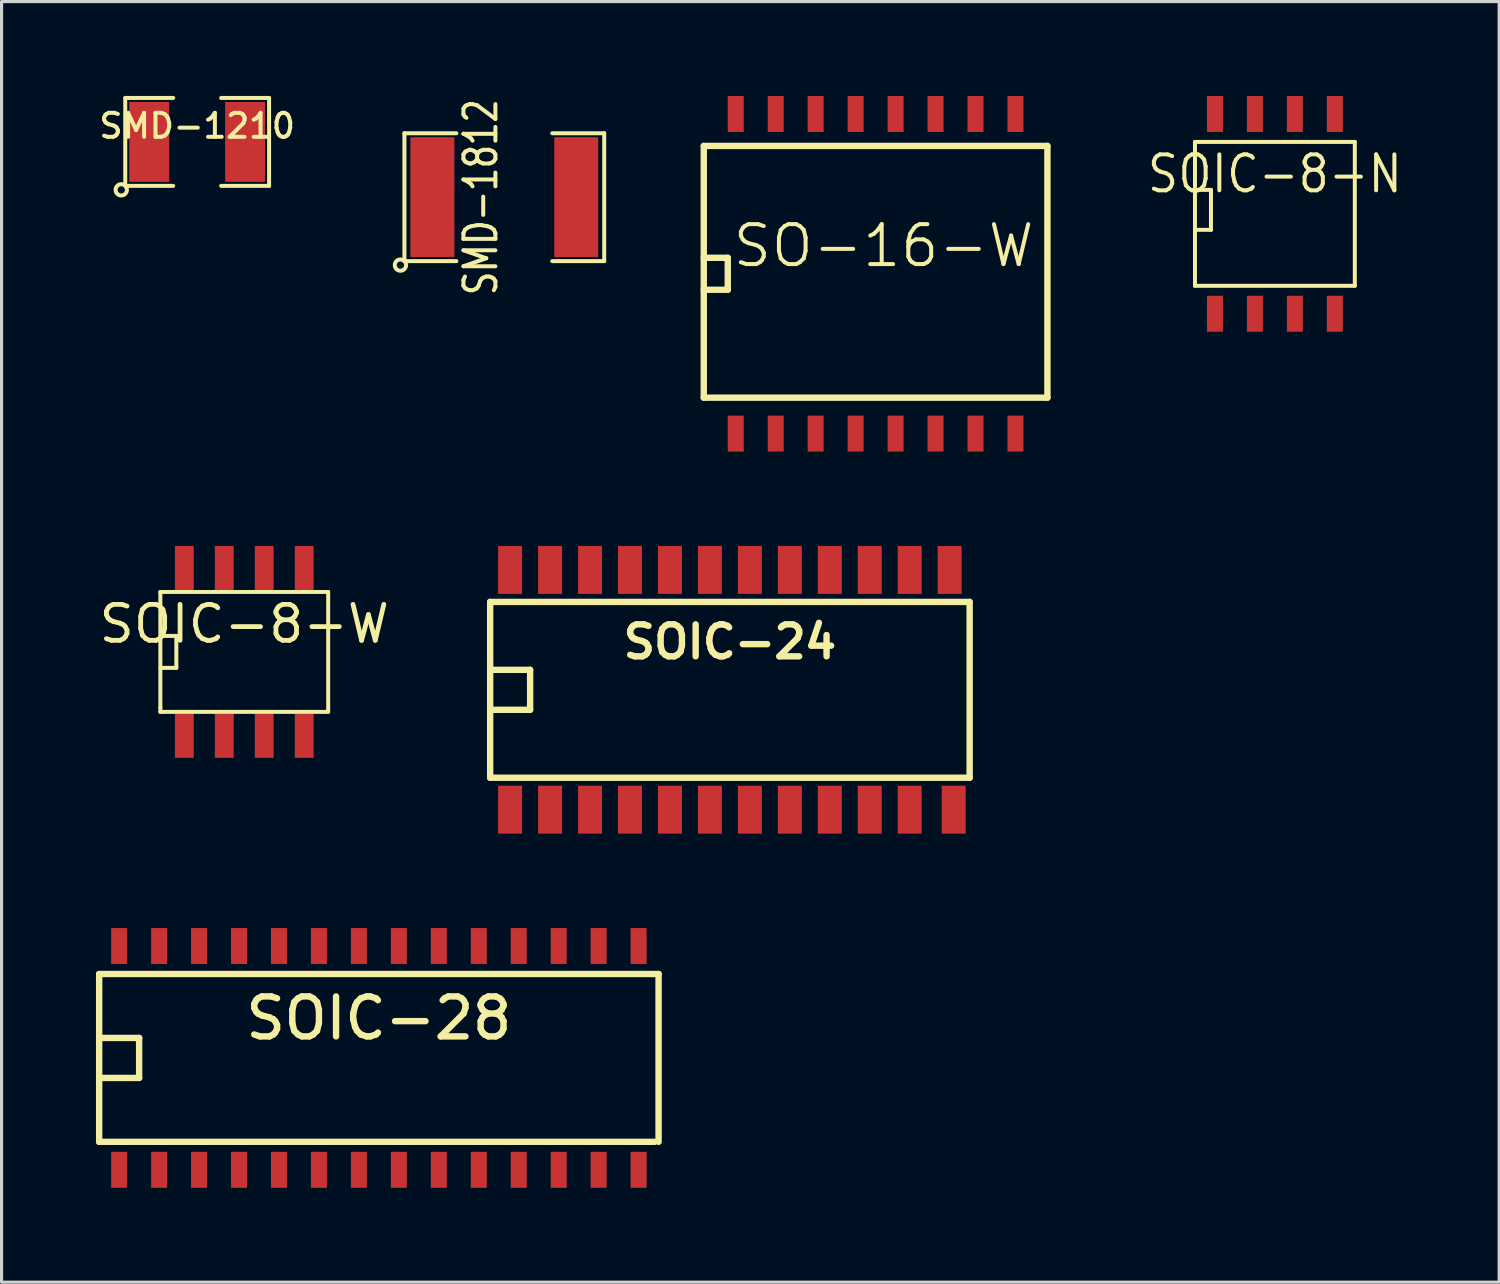
<source format=kicad_pcb>
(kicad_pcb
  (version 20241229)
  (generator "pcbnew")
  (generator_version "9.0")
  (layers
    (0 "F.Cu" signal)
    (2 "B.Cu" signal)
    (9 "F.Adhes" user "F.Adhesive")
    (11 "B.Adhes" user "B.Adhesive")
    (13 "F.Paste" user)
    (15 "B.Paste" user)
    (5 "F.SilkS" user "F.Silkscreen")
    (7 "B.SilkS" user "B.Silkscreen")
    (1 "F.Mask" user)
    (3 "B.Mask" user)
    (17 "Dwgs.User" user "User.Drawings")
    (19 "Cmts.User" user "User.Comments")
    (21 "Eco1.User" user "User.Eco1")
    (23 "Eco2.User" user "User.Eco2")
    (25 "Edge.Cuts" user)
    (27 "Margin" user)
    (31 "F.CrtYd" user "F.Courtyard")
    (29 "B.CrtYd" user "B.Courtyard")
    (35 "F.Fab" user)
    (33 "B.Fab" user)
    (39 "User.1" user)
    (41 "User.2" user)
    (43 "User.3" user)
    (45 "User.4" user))
  (footprint "SMD-1210"
    (layer "F.Cu")
    (at 3.217 1.46)
    (property "Reference" "SMD-1210" (at 0 -0.508 0) (layer "F.SilkS") (effects (font (size 0.762 0.762) (thickness 0.127))))
    (attr smd)
    (fp_line (start -2.286 -1.397) (end -2.286 1.397) (stroke (width 0.127) (type solid)) (layer "F.SilkS"))
    (fp_line (start -2.286 1.397) (end -0.762 1.397) (stroke (width 0.127) (type solid)) (layer "F.SilkS"))
    (fp_line (start -0.762 -1.397) (end -2.286 -1.397) (stroke (width 0.127) (type solid)) (layer "F.SilkS"))
    (fp_line (start 0.762 1.397) (end 2.286 1.397) (stroke (width 0.127) (type solid)) (layer "F.SilkS"))
    (fp_line (start 2.286 -1.397) (end 0.762 -1.397) (stroke (width 0.127) (type solid)) (layer "F.SilkS"))
    (fp_line (start 2.286 1.397) (end 2.286 -1.397) (stroke (width 0.127) (type solid)) (layer "F.SilkS"))
    (fp_circle (center -2.413 1.524) (end -2.286 1.397) (stroke (width 0.127) (type solid)) (fill no) (layer "F.SilkS"))
    (pad "1" smd rect (at -1.524 0) (size 1.27 2.54) (layers "F.Cu" "F.Mask" "F.Paste"))
    (pad "2" smd rect (at 1.524 0) (size 1.27 2.54) (layers "F.Cu" "F.Mask" "F.Paste")))
  (footprint "SOIC-28"
    (layer "F.Cu")
    (at 8.992 30.575)
    (property "Reference" "SOIC-28" (at 0 -1.262 0) (layer "F.SilkS") (effects (font (size 1.27 1.27) (thickness 0.203))))
    (attr smd)
    (fp_line (start -8.89 -2.667) (end -8.89 2.667) (stroke (width 0.203) (type solid)) (layer "F.SilkS"))
    (fp_line (start -8.89 -2.667) (end 8.89 -2.667) (stroke (width 0.203) (type solid)) (layer "F.SilkS"))
    (fp_line (start -8.89 -0.635) (end -7.62 -0.635) (stroke (width 0.203) (type solid)) (layer "F.SilkS"))
    (fp_line (start -7.62 -0.635) (end -7.62 0.635) (stroke (width 0.203) (type solid)) (layer "F.SilkS"))
    (fp_line (start -7.62 0.635) (end -8.89 0.635) (stroke (width 0.203) (type solid)) (layer "F.SilkS"))
    (fp_line (start 8.763 2.667) (end -8.89 2.667) (stroke (width 0.203) (type solid)) (layer "F.SilkS"))
    (fp_line (start 8.89 2.667) (end 8.89 -2.667) (stroke (width 0.203) (type solid)) (layer "F.SilkS"))
    (pad "1" smd rect (at -8.255 3.556) (size 0.508 1.143) (layers "F.Cu" "F.Mask" "F.Paste"))
    (pad "2" smd rect (at -6.985 3.556) (size 0.508 1.143) (layers "F.Cu" "F.Mask" "F.Paste"))
    (pad "3" smd rect (at -5.715 3.556) (size 0.508 1.143) (layers "F.Cu" "F.Mask" "F.Paste"))
    (pad "4" smd rect (at -4.445 3.556) (size 0.508 1.143) (layers "F.Cu" "F.Mask" "F.Paste"))
    (pad "5" smd rect (at -3.175 3.556) (size 0.508 1.143) (layers "F.Cu" "F.Mask" "F.Paste"))
    (pad "6" smd rect (at -1.905 3.556) (size 0.508 1.143) (layers "F.Cu" "F.Mask" "F.Paste"))
    (pad "7" smd rect (at -0.635 3.556) (size 0.508 1.143) (layers "F.Cu" "F.Mask" "F.Paste"))
    (pad "8" smd rect (at 0.635 3.556) (size 0.508 1.143) (layers "F.Cu" "F.Mask" "F.Paste"))
    (pad "9" smd rect (at 1.905 3.556) (size 0.508 1.143) (layers "F.Cu" "F.Mask" "F.Paste"))
    (pad "10" smd rect (at 3.175 3.556) (size 0.508 1.143) (layers "F.Cu" "F.Mask" "F.Paste"))
    (pad "11" smd rect (at 4.445 3.556) (size 0.508 1.143) (layers "F.Cu" "F.Mask" "F.Paste"))
    (pad "12" smd rect (at 5.715 3.556) (size 0.508 1.143) (layers "F.Cu" "F.Mask" "F.Paste"))
    (pad "13" smd rect (at 6.985 3.556) (size 0.508 1.143) (layers "F.Cu" "F.Mask" "F.Paste"))
    (pad "14" smd rect (at 8.255 3.556) (size 0.508 1.143) (layers "F.Cu" "F.Mask" "F.Paste"))
    (pad "15" smd rect (at 8.255 -3.556) (size 0.508 1.143) (layers "F.Cu" "F.Mask" "F.Paste"))
    (pad "16" smd rect (at 6.985 -3.556) (size 0.508 1.143) (layers "F.Cu" "F.Mask" "F.Paste"))
    (pad "17" smd rect (at 5.715 -3.556) (size 0.508 1.143) (layers "F.Cu" "F.Mask" "F.Paste"))
    (pad "18" smd rect (at 4.445 -3.556) (size 0.508 1.143) (layers "F.Cu" "F.Mask" "F.Paste"))
    (pad "19" smd rect (at 3.175 -3.556) (size 0.508 1.143) (layers "F.Cu" "F.Mask" "F.Paste"))
    (pad "20" smd rect (at 1.905 -3.556) (size 0.508 1.143) (layers "F.Cu" "F.Mask" "F.Paste"))
    (pad "21" smd rect (at 0.635 -3.556) (size 0.508 1.143) (layers "F.Cu" "F.Mask" "F.Paste"))
    (pad "22" smd rect (at -0.635 -3.556) (size 0.508 1.143) (layers "F.Cu" "F.Mask" "F.Paste"))
    (pad "23" smd rect (at -1.905 -3.556) (size 0.508 1.143) (layers "F.Cu" "F.Mask" "F.Paste"))
    (pad "24" smd rect (at -3.175 -3.556) (size 0.508 1.143) (layers "F.Cu" "F.Mask" "F.Paste"))
    (pad "25" smd rect (at -4.445 -3.556) (size 0.508 1.143) (layers "F.Cu" "F.Mask" "F.Paste"))
    (pad "26" smd rect (at -5.715 -3.556) (size 0.508 1.143) (layers "F.Cu" "F.Mask" "F.Paste"))
    (pad "27" smd rect (at -6.985 -3.556) (size 0.508 1.143) (layers "F.Cu" "F.Mask" "F.Paste"))
    (pad "28" smd rect (at -8.255 -3.556) (size 0.508 1.143) (layers "F.Cu" "F.Mask" "F.Paste")))
  (footprint "SOIC-8-N"
    (layer "F.Cu")
    (at 37.471 3.747)
    (property "Reference" "SOIC-8-N" (at 0 -1.27 0) (layer "F.SilkS") (effects (font (size 1.143 1.016) (thickness 0.127))))
    (attr smd)
    (fp_line (start -2.54 -2.286) (end 2.54 -2.286) (stroke (width 0.127) (type solid)) (layer "F.SilkS"))
    (fp_line (start -2.54 -0.762) (end -2.032 -0.762) (stroke (width 0.127) (type solid)) (layer "F.SilkS"))
    (fp_line (start -2.54 2.286) (end -2.54 -2.286) (stroke (width 0.127) (type solid)) (layer "F.SilkS"))
    (fp_line (start -2.032 -0.762) (end -2.032 0.508) (stroke (width 0.127) (type solid)) (layer "F.SilkS"))
    (fp_line (start -2.032 0.508) (end -2.54 0.508) (stroke (width 0.127) (type solid)) (layer "F.SilkS"))
    (fp_line (start 2.54 -2.286) (end 2.54 2.286) (stroke (width 0.127) (type solid)) (layer "F.SilkS"))
    (fp_line (start 2.54 2.286) (end -2.54 2.286) (stroke (width 0.127) (type solid)) (layer "F.SilkS"))
    (pad "1" smd rect (at -1.905 3.175) (size 0.508 1.143) (layers "F.Cu" "F.Mask" "F.Paste"))
    (pad "2" smd rect (at -0.635 3.175) (size 0.508 1.143) (layers "F.Cu" "F.Mask" "F.Paste"))
    (pad "3" smd rect (at 0.635 3.175) (size 0.508 1.143) (layers "F.Cu" "F.Mask" "F.Paste"))
    (pad "4" smd rect (at 1.905 3.175) (size 0.508 1.143) (layers "F.Cu" "F.Mask" "F.Paste"))
    (pad "5" smd rect (at 1.905 -3.175) (size 0.508 1.143) (layers "F.Cu" "F.Mask" "F.Paste"))
    (pad "6" smd rect (at 0.635 -3.175) (size 0.508 1.143) (layers "F.Cu" "F.Mask" "F.Paste"))
    (pad "7" smd rect (at -0.635 -3.175) (size 0.508 1.143) (layers "F.Cu" "F.Mask" "F.Paste"))
    (pad "8" smd rect (at -1.905 -3.175) (size 0.508 1.143) (layers "F.Cu" "F.Mask" "F.Paste")))
  (footprint "SMD-1812"
    (layer "F.Cu")
    (at 12.979 3.217)
    (property "Reference" "SMD-1812" (at -0.747 0 90) (layer "F.SilkS") (effects (font (size 1.016 0.762) (thickness 0.127))))
    (attr smd)
    (fp_line (start -3.175 -2.032) (end -3.175 2.032) (stroke (width 0.127) (type solid)) (layer "F.SilkS"))
    (fp_line (start -3.175 2.032) (end -1.524 2.032) (stroke (width 0.127) (type solid)) (layer "F.SilkS"))
    (fp_line (start -1.524 -2.032) (end -3.175 -2.032) (stroke (width 0.127) (type solid)) (layer "F.SilkS"))
    (fp_line (start 1.524 2.032) (end 3.175 2.032) (stroke (width 0.127) (type solid)) (layer "F.SilkS"))
    (fp_line (start 3.175 -2.032) (end 1.524 -2.032) (stroke (width 0.127) (type solid)) (layer "F.SilkS"))
    (fp_line (start 3.175 2.032) (end 3.175 -2.032) (stroke (width 0.127) (type solid)) (layer "F.SilkS"))
    (fp_circle (center -3.302 2.159) (end -3.175 2.032) (stroke (width 0.127) (type solid)) (fill no) (layer "F.SilkS"))
    (pad "1" smd rect (at -2.286 0) (size 1.397 3.81) (layers "F.Cu" "F.Mask" "F.Paste"))
    (pad "2" smd rect (at 2.286 0) (size 1.397 3.81) (layers "F.Cu" "F.Mask" "F.Paste")))
  (footprint "SO-16-W"
    (layer "F.Cu")
    (at 24.78 5.652)
    (property "Reference" "SO-16-W" (at 0.254 -0.889 0) (layer "F.SilkS") (effects (font (size 1.27 1.27) (thickness 0.127))))
    (attr smd)
    (fp_line (start -5.461 -4.064) (end 5.461 -4.064) (stroke (width 0.203) (type solid)) (layer "F.SilkS"))
    (fp_line (start -5.461 -0.508) (end -4.699 -0.508) (stroke (width 0.203) (type solid)) (layer "F.SilkS"))
    (fp_line (start -5.461 3.937) (end -5.461 -4.064) (stroke (width 0.203) (type solid)) (layer "F.SilkS"))
    (fp_line (start -4.699 -0.508) (end -4.699 0.508) (stroke (width 0.203) (type solid)) (layer "F.SilkS"))
    (fp_line (start -4.699 0.508) (end -5.461 0.508) (stroke (width 0.203) (type solid)) (layer "F.SilkS"))
    (fp_line (start 5.461 -4.064) (end 5.461 3.937) (stroke (width 0.203) (type solid)) (layer "F.SilkS"))
    (fp_line (start 5.461 3.937) (end -5.461 3.937) (stroke (width 0.203) (type solid)) (layer "F.SilkS"))
    (pad "1" smd rect (at -4.445 5.08) (size 0.508 1.143) (layers "F.Cu" "F.Mask" "F.Paste"))
    (pad "2" smd rect (at -3.175 5.08) (size 0.508 1.143) (layers "F.Cu" "F.Mask" "F.Paste"))
    (pad "3" smd rect (at -1.905 5.08) (size 0.508 1.143) (layers "F.Cu" "F.Mask" "F.Paste"))
    (pad "4" smd rect (at -0.635 5.08) (size 0.508 1.143) (layers "F.Cu" "F.Mask" "F.Paste"))
    (pad "5" smd rect (at 0.635 5.08) (size 0.508 1.143) (layers "F.Cu" "F.Mask" "F.Paste"))
    (pad "6" smd rect (at 1.905 5.08) (size 0.508 1.143) (layers "F.Cu" "F.Mask" "F.Paste"))
    (pad "7" smd rect (at 3.175 5.08) (size 0.508 1.143) (layers "F.Cu" "F.Mask" "F.Paste"))
    (pad "8" smd rect (at 4.445 5.08) (size 0.508 1.143) (layers "F.Cu" "F.Mask" "F.Paste"))
    (pad "9" smd rect (at 4.445 -5.08) (size 0.508 1.143) (layers "F.Cu" "F.Mask" "F.Paste"))
    (pad "10" smd rect (at 3.175 -5.08) (size 0.508 1.143) (layers "F.Cu" "F.Mask" "F.Paste"))
    (pad "11" smd rect (at 1.905 -5.08) (size 0.508 1.143) (layers "F.Cu" "F.Mask" "F.Paste"))
    (pad "12" smd rect (at 0.635 -5.08) (size 0.508 1.143) (layers "F.Cu" "F.Mask" "F.Paste"))
    (pad "13" smd rect (at -0.635 -5.08) (size 0.508 1.143) (layers "F.Cu" "F.Mask" "F.Paste"))
    (pad "14" smd rect (at -1.905 -5.08) (size 0.508 1.143) (layers "F.Cu" "F.Mask" "F.Paste"))
    (pad "15" smd rect (at -3.175 -5.08) (size 0.508 1.143) (layers "F.Cu" "F.Mask" "F.Paste"))
    (pad "16" smd rect (at -4.445 -5.08) (size 0.508 1.143) (layers "F.Cu" "F.Mask" "F.Paste")))
  (footprint "SOIC-8-W"
    (layer "F.Cu")
    (at 4.714 17.67)
    (property "Reference" "SOIC-8-W" (at 0 -0.889 0) (layer "F.SilkS") (effects (font (size 1.143 1.143) (thickness 0.152))))
    (attr smd)
    (fp_line (start -2.667 -1.905) (end -2.667 1.778) (stroke (width 0.127) (type solid)) (layer "F.SilkS"))
    (fp_line (start -2.667 -0.508) (end -2.159 -0.508) (stroke (width 0.127) (type solid)) (layer "F.SilkS"))
    (fp_line (start -2.667 1.778) (end -2.667 1.905) (stroke (width 0.127) (type solid)) (layer "F.SilkS"))
    (fp_line (start -2.667 1.905) (end 2.667 1.905) (stroke (width 0.127) (type solid)) (layer "F.SilkS"))
    (fp_line (start -2.159 -0.508) (end -2.159 0.508) (stroke (width 0.127) (type solid)) (layer "F.SilkS"))
    (fp_line (start -2.159 0.508) (end -2.667 0.508) (stroke (width 0.127) (type solid)) (layer "F.SilkS"))
    (fp_line (start 2.667 -1.905) (end -2.667 -1.905) (stroke (width 0.127) (type solid)) (layer "F.SilkS"))
    (fp_line (start 2.667 -1.905) (end 2.667 1.905) (stroke (width 0.127) (type solid)) (layer "F.SilkS"))
    (pad "1" smd rect (at -1.905 2.667) (size 0.599 1.4) (layers "F.Cu" "F.Mask" "F.Paste"))
    (pad "2" smd rect (at -0.635 2.667) (size 0.599 1.4) (layers "F.Cu" "F.Mask" "F.Paste"))
    (pad "3" smd rect (at 0.635 2.667) (size 0.599 1.4) (layers "F.Cu" "F.Mask" "F.Paste"))
    (pad "4" smd rect (at 1.905 2.667) (size 0.599 1.4) (layers "F.Cu" "F.Mask" "F.Paste"))
    (pad "5" smd rect (at 1.905 -2.667) (size 0.599 1.4) (layers "F.Cu" "F.Mask" "F.Paste"))
    (pad "6" smd rect (at 0.635 -2.667) (size 0.599 1.4) (layers "F.Cu" "F.Mask" "F.Paste"))
    (pad "7" smd rect (at -0.635 -2.667) (size 0.599 1.4) (layers "F.Cu" "F.Mask" "F.Paste"))
    (pad "8" smd rect (at -1.905 -2.667) (size 0.599 1.4) (layers "F.Cu" "F.Mask" "F.Paste")))
  (footprint "SOIC-24"
    (layer "F.Cu")
    (at 20.149 18.875)
    (property "Reference" "SOIC-24" (at 0 -1.524 0) (layer "F.SilkS") (effects (font (size 1.016 1.016) (thickness 0.203))))
    (attr smd)
    (fp_line (start -7.62 -2.794) (end -7.62 2.794) (stroke (width 0.203) (type solid)) (layer "F.SilkS"))
    (fp_line (start -7.62 -0.635) (end -6.35 -0.635) (stroke (width 0.203) (type solid)) (layer "F.SilkS"))
    (fp_line (start -7.62 2.794) (end 7.62 2.794) (stroke (width 0.203) (type solid)) (layer "F.SilkS"))
    (fp_line (start -6.35 -0.635) (end -6.35 0.635) (stroke (width 0.203) (type solid)) (layer "F.SilkS"))
    (fp_line (start -6.35 0.635) (end -7.62 0.635) (stroke (width 0.203) (type solid)) (layer "F.SilkS"))
    (fp_line (start 7.62 -2.794) (end -7.62 -2.794) (stroke (width 0.203) (type solid)) (layer "F.SilkS"))
    (fp_line (start 7.62 -2.794) (end 7.62 2.794) (stroke (width 0.203) (type solid)) (layer "F.SilkS"))
    (pad "1" smd rect (at -6.985 3.81) (size 0.762 1.524) (layers "F.Cu" "F.Mask" "F.Paste"))
    (pad "2" smd rect (at -5.715 3.81) (size 0.762 1.524) (layers "F.Cu" "F.Mask" "F.Paste"))
    (pad "3" smd rect (at -4.445 3.81) (size 0.762 1.524) (layers "F.Cu" "F.Mask" "F.Paste"))
    (pad "4" smd rect (at -3.175 3.81) (size 0.762 1.524) (layers "F.Cu" "F.Mask" "F.Paste"))
    (pad "5" smd rect (at -1.905 3.81) (size 0.762 1.524) (layers "F.Cu" "F.Mask" "F.Paste"))
    (pad "6" smd rect (at -0.635 3.81) (size 0.762 1.524) (layers "F.Cu" "F.Mask" "F.Paste"))
    (pad "7" smd rect (at 0.635 3.81) (size 0.762 1.524) (layers "F.Cu" "F.Mask" "F.Paste"))
    (pad "8" smd rect (at 1.905 3.81) (size 0.762 1.524) (layers "F.Cu" "F.Mask" "F.Paste"))
    (pad "9" smd rect (at 3.175 3.81) (size 0.762 1.524) (layers "F.Cu" "F.Mask" "F.Paste"))
    (pad "10" smd rect (at 4.445 3.81) (size 0.762 1.524) (layers "F.Cu" "F.Mask" "F.Paste"))
    (pad "11" smd rect (at 5.715 3.81) (size 0.762 1.524) (layers "F.Cu" "F.Mask" "F.Paste"))
    (pad "12" smd rect (at 7.112 3.81) (size 0.762 1.524) (layers "F.Cu" "F.Mask" "F.Paste"))
    (pad "13" smd rect (at 6.985 -3.81) (size 0.762 1.524) (layers "F.Cu" "F.Mask" "F.Paste"))
    (pad "14" smd rect (at 5.715 -3.81) (size 0.762 1.524) (layers "F.Cu" "F.Mask" "F.Paste"))
    (pad "15" smd rect (at 4.445 -3.81) (size 0.762 1.524) (layers "F.Cu" "F.Mask" "F.Paste"))
    (pad "16" smd rect (at 3.175 -3.81) (size 0.762 1.524) (layers "F.Cu" "F.Mask" "F.Paste"))
    (pad "17" smd rect (at 1.905 -3.81) (size 0.762 1.524) (layers "F.Cu" "F.Mask" "F.Paste"))
    (pad "18" smd rect (at 0.635 -3.81) (size 0.762 1.524) (layers "F.Cu" "F.Mask" "F.Paste"))
    (pad "19" smd rect (at -0.635 -3.81) (size 0.762 1.524) (layers "F.Cu" "F.Mask" "F.Paste"))
    (pad "20" smd rect (at -1.905 -3.81) (size 0.762 1.524) (layers "F.Cu" "F.Mask" "F.Paste"))
    (pad "21" smd rect (at -3.175 -3.81) (size 0.762 1.524) (layers "F.Cu" "F.Mask" "F.Paste"))
    (pad "22" smd rect (at -4.445 -3.81) (size 0.762 1.524) (layers "F.Cu" "F.Mask" "F.Paste"))
    (pad "23" smd rect (at -5.715 -3.81) (size 0.762 1.524) (layers "F.Cu" "F.Mask" "F.Paste"))
    (pad "24" smd rect (at -6.985 -3.81) (size 0.762 1.524) (layers "F.Cu" "F.Mask" "F.Paste")))
  (gr_rect
    (start -3 -3)
    (end 44.6 37.702)
    (stroke (width 0.1) (type default))
    (fill no)
    (layer "Edge.Cuts")))
</source>
